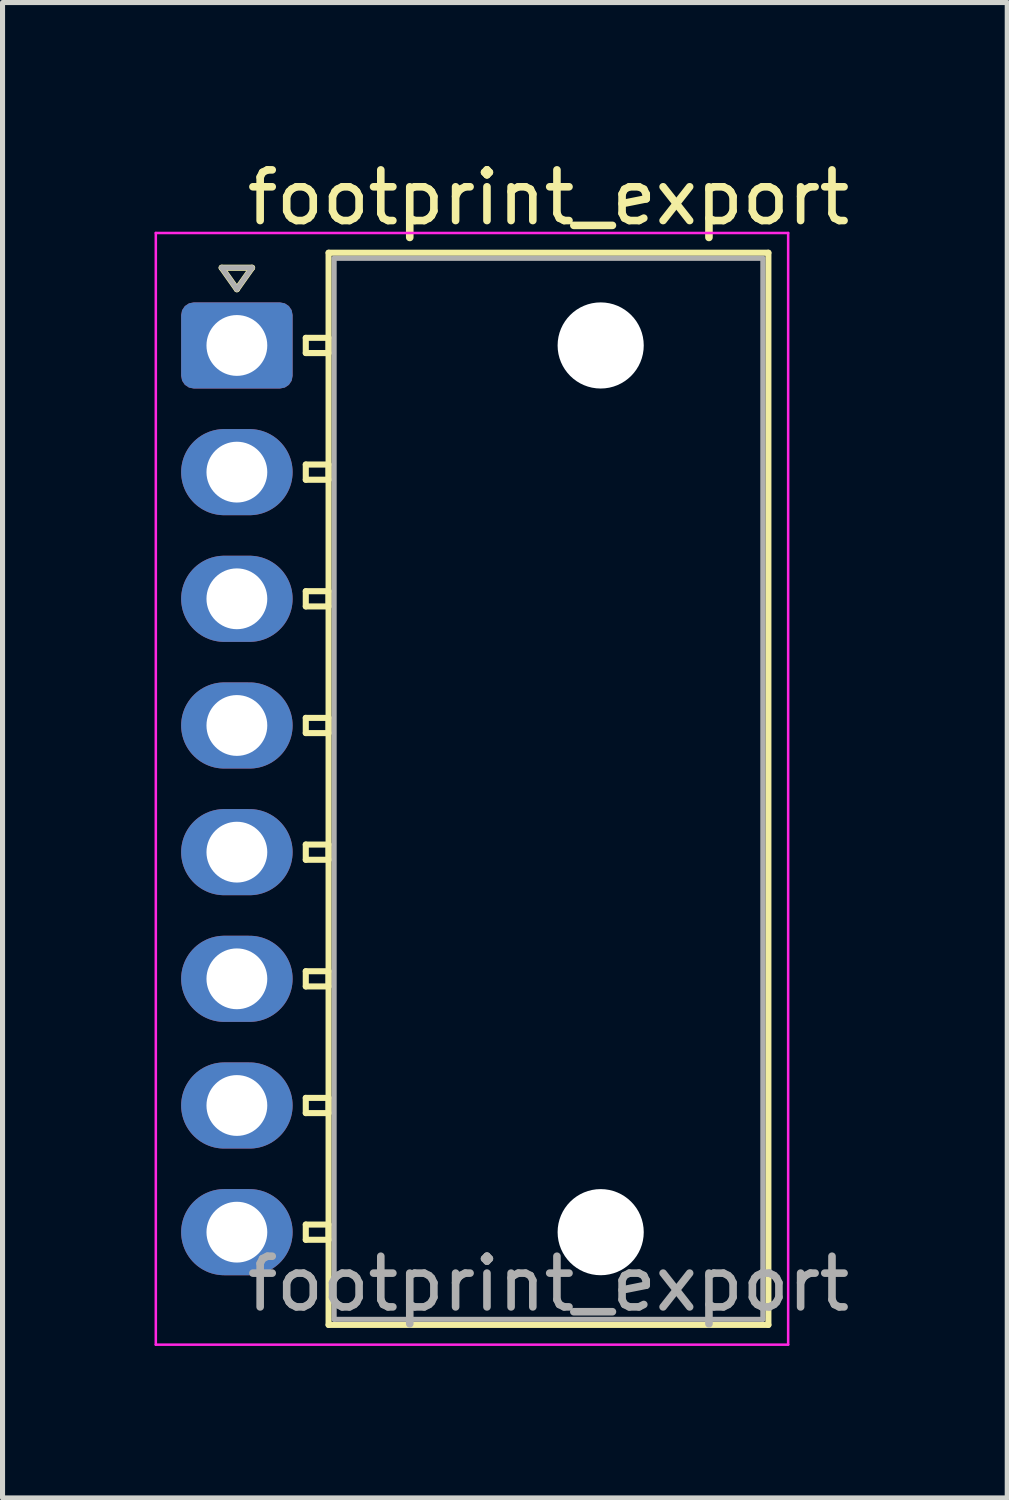
<source format=kicad_pcb>
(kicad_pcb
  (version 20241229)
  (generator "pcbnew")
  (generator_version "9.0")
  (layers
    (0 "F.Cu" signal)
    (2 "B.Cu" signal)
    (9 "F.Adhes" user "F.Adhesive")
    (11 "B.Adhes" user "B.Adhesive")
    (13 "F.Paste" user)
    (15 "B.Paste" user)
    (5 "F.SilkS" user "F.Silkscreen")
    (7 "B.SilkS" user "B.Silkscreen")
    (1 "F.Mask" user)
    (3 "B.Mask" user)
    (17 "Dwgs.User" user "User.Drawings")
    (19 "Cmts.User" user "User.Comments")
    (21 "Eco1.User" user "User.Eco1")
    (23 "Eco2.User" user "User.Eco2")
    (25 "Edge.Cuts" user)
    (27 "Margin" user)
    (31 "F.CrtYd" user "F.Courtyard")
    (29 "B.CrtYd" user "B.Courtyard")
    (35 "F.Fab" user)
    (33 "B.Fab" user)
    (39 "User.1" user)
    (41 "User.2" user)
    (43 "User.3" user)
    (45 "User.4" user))
  (footprint "footprint_export"
    (layer "F.Cu")
    (at 1.625 3.768)
    (property "Reference" "footprint_export" (at 6.15 -2.92 0) (layer "F.SilkS") (effects (font (size 1 1) (thickness 0.15))))
    (attr through_hole)
    (fp_line (start -0.3 -1.534) (end 0 -1.11) (stroke (width 0.12) (type solid)) (layer "F.SilkS"))
    (fp_line (start 0 -1.11) (end 0.3 -1.534) (stroke (width 0.12) (type solid)) (layer "F.SilkS"))
    (fp_line (start 0.3 -1.534) (end -0.3 -1.534) (stroke (width 0.12) (type solid)) (layer "F.SilkS"))
    (fp_line (start 1.36 -0.15) (end 1.36 0.15) (stroke (width 0.12) (type solid)) (layer "F.SilkS"))
    (fp_line (start 1.36 0.15) (end 1.81 0.15) (stroke (width 0.12) (type solid)) (layer "F.SilkS"))
    (fp_line (start 1.36 2.35) (end 1.36 2.65) (stroke (width 0.12) (type solid)) (layer "F.SilkS"))
    (fp_line (start 1.36 2.65) (end 1.81 2.65) (stroke (width 0.12) (type solid)) (layer "F.SilkS"))
    (fp_line (start 1.36 4.85) (end 1.36 5.15) (stroke (width 0.12) (type solid)) (layer "F.SilkS"))
    (fp_line (start 1.36 5.15) (end 1.81 5.15) (stroke (width 0.12) (type solid)) (layer "F.SilkS"))
    (fp_line (start 1.36 7.35) (end 1.36 7.65) (stroke (width 0.12) (type solid)) (layer "F.SilkS"))
    (fp_line (start 1.36 7.65) (end 1.81 7.65) (stroke (width 0.12) (type solid)) (layer "F.SilkS"))
    (fp_line (start 1.36 9.85) (end 1.36 10.15) (stroke (width 0.12) (type solid)) (layer "F.SilkS"))
    (fp_line (start 1.36 10.15) (end 1.81 10.15) (stroke (width 0.12) (type solid)) (layer "F.SilkS"))
    (fp_line (start 1.36 12.35) (end 1.36 12.65) (stroke (width 0.12) (type solid)) (layer "F.SilkS"))
    (fp_line (start 1.36 12.65) (end 1.81 12.65) (stroke (width 0.12) (type solid)) (layer "F.SilkS"))
    (fp_line (start 1.36 14.85) (end 1.36 15.15) (stroke (width 0.12) (type solid)) (layer "F.SilkS"))
    (fp_line (start 1.36 15.15) (end 1.81 15.15) (stroke (width 0.12) (type solid)) (layer "F.SilkS"))
    (fp_line (start 1.36 17.35) (end 1.36 17.65) (stroke (width 0.12) (type solid)) (layer "F.SilkS"))
    (fp_line (start 1.36 17.65) (end 1.81 17.65) (stroke (width 0.12) (type solid)) (layer "F.SilkS"))
    (fp_line (start 1.81 -1.83) (end 1.81 19.33) (stroke (width 0.12) (type solid)) (layer "F.SilkS"))
    (fp_line (start 1.81 -0.15) (end 1.36 -0.15) (stroke (width 0.12) (type solid)) (layer "F.SilkS"))
    (fp_line (start 1.81 0.15) (end 1.81 -0.15) (stroke (width 0.12) (type solid)) (layer "F.SilkS"))
    (fp_line (start 1.81 2.35) (end 1.36 2.35) (stroke (width 0.12) (type solid)) (layer "F.SilkS"))
    (fp_line (start 1.81 2.65) (end 1.81 2.35) (stroke (width 0.12) (type solid)) (layer "F.SilkS"))
    (fp_line (start 1.81 4.85) (end 1.36 4.85) (stroke (width 0.12) (type solid)) (layer "F.SilkS"))
    (fp_line (start 1.81 5.15) (end 1.81 4.85) (stroke (width 0.12) (type solid)) (layer "F.SilkS"))
    (fp_line (start 1.81 7.35) (end 1.36 7.35) (stroke (width 0.12) (type solid)) (layer "F.SilkS"))
    (fp_line (start 1.81 7.65) (end 1.81 7.35) (stroke (width 0.12) (type solid)) (layer "F.SilkS"))
    (fp_line (start 1.81 9.85) (end 1.36 9.85) (stroke (width 0.12) (type solid)) (layer "F.SilkS"))
    (fp_line (start 1.81 10.15) (end 1.81 9.85) (stroke (width 0.12) (type solid)) (layer "F.SilkS"))
    (fp_line (start 1.81 12.35) (end 1.36 12.35) (stroke (width 0.12) (type solid)) (layer "F.SilkS"))
    (fp_line (start 1.81 12.65) (end 1.81 12.35) (stroke (width 0.12) (type solid)) (layer "F.SilkS"))
    (fp_line (start 1.81 14.85) (end 1.36 14.85) (stroke (width 0.12) (type solid)) (layer "F.SilkS"))
    (fp_line (start 1.81 15.15) (end 1.81 14.85) (stroke (width 0.12) (type solid)) (layer "F.SilkS"))
    (fp_line (start 1.81 17.35) (end 1.36 17.35) (stroke (width 0.12) (type solid)) (layer "F.SilkS"))
    (fp_line (start 1.81 17.65) (end 1.81 17.35) (stroke (width 0.12) (type solid)) (layer "F.SilkS"))
    (fp_line (start 1.81 19.33) (end 10.49 19.33) (stroke (width 0.12) (type solid)) (layer "F.SilkS"))
    (fp_line (start 10.49 -1.83) (end 1.81 -1.83) (stroke (width 0.12) (type solid)) (layer "F.SilkS"))
    (fp_line (start 10.49 19.33) (end 10.49 -1.83) (stroke (width 0.12) (type solid)) (layer "F.SilkS"))
    (fp_line (start -1.6 -2.22) (end -1.6 19.72) (stroke (width 0.05) (type solid)) (layer "F.CrtYd"))
    (fp_line (start -1.6 19.72) (end 10.88 19.72) (stroke (width 0.05) (type solid)) (layer "F.CrtYd"))
    (fp_line (start 10.88 -2.22) (end -1.6 -2.22) (stroke (width 0.05) (type solid)) (layer "F.CrtYd"))
    (fp_line (start 10.88 19.72) (end 10.88 -2.22) (stroke (width 0.05) (type solid)) (layer "F.CrtYd"))
    (fp_line (start -0.3 -1.534) (end 0 -1.11) (stroke (width 0.1) (type solid)) (layer "F.Fab"))
    (fp_line (start 0 -1.11) (end 0.3 -1.534) (stroke (width 0.1) (type solid)) (layer "F.Fab"))
    (fp_line (start 0.3 -1.534) (end -0.3 -1.534) (stroke (width 0.1) (type solid)) (layer "F.Fab"))
    (fp_line (start 1.92 -1.72) (end 1.92 19.22) (stroke (width 0.1) (type solid)) (layer "F.Fab"))
    (fp_line (start 1.92 19.22) (end 10.38 19.22) (stroke (width 0.1) (type solid)) (layer "F.Fab"))
    (fp_line (start 10.38 -1.72) (end 1.92 -1.72) (stroke (width 0.1) (type solid)) (layer "F.Fab"))
    (fp_line (start 10.38 19.22) (end 10.38 -1.72) (stroke (width 0.1) (type solid)) (layer "F.Fab"))
    (fp_text user "${REFERENCE}" (at 6.15 18.52 0) (layer "F.Fab") (effects (font (size 1 1) (thickness 0.15))))
    (pad "" np_thru_hole circle (at 7.18 0) (size 1.7 1.7) (drill 1.7) (layers "*.Cu" "*.Mask"))
    (pad "" np_thru_hole circle (at 7.18 17.5) (size 1.7 1.7) (drill 1.7) (layers "*.Cu" "*.Mask"))
    (pad "1" thru_hole roundrect (at 0 0) (size 2.2 1.7) (drill 1.2) (layers "*.Cu" "*.Mask") (roundrect_rratio 0.147))
    (pad "2" thru_hole oval (at 0 2.5) (size 2.2 1.7) (drill 1.2) (layers "*.Cu" "*.Mask"))
    (pad "3" thru_hole oval (at 0 5) (size 2.2 1.7) (drill 1.2) (layers "*.Cu" "*.Mask"))
    (pad "4" thru_hole oval (at 0 7.5) (size 2.2 1.7) (drill 1.2) (layers "*.Cu" "*.Mask"))
    (pad "5" thru_hole oval (at 0 10) (size 2.2 1.7) (drill 1.2) (layers "*.Cu" "*.Mask"))
    (pad "6" thru_hole oval (at 0 12.5) (size 2.2 1.7) (drill 1.2) (layers "*.Cu" "*.Mask"))
    (pad "7" thru_hole oval (at 0 15) (size 2.2 1.7) (drill 1.2) (layers "*.Cu" "*.Mask"))
    (pad "8" thru_hole oval (at 0 17.5) (size 2.2 1.7) (drill 1.2) (layers "*.Cu" "*.Mask")))
  (gr_rect
    (start -3 -3)
    (end 16.829 26.513)
    (stroke (width 0.1) (type default))
    (fill no)
    (layer "Edge.Cuts")))
</source>
